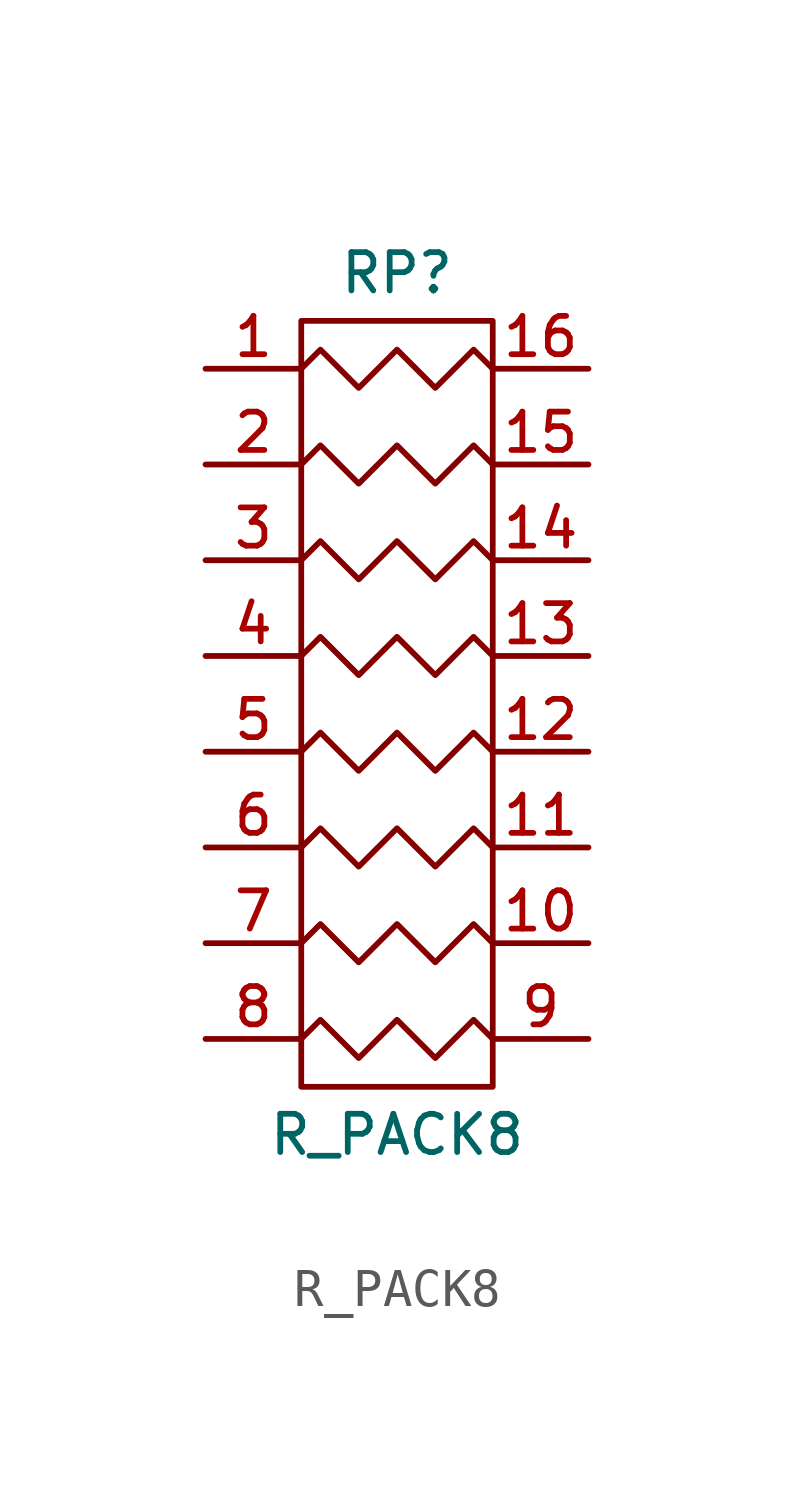
<source format=kicad_sym>
(kicad_symbol_lib
  (version 20220914)
  (generator kicad_symbol_editor)
  (symbol "R_PACK8"
    (pin_names hide)
    (property "Reference" "RP"
      (at 0 11.43 0)
      (effects (font (size 1.016 1.016))))
    (property "Value" "R_PACK8"
      (at 0 -11.43 0)
      (effects (font (size 1.016 1.016))))
    (symbol "R_PACK8_0_1"
      (rectangle (start -2.54 10.16) (end 2.54 -10.16) (stroke (width 0) (type solid)) (fill (type none)))
      (polyline (pts (xy -2.54 -8.89) (xy -2.032 -8.382) (xy -1.016 -9.398) (xy 0 -8.382) (xy 1.016 -9.398) (xy 2.032 -8.382) (xy 2.54 -8.89)) (stroke (width 0) (type solid)) (fill (type none)))
      (polyline (pts (xy -2.54 -6.35) (xy -2.032 -5.842) (xy -1.016 -6.858) (xy 0 -5.842) (xy 1.016 -6.858) (xy 2.032 -5.842) (xy 2.54 -6.35)) (stroke (width 0) (type solid)) (fill (type none)))
      (polyline (pts (xy -2.54 -3.81) (xy -2.032 -3.302) (xy -1.016 -4.318) (xy 0 -3.302) (xy 1.016 -4.318) (xy 2.032 -3.302) (xy 2.54 -3.81)) (stroke (width 0) (type solid)) (fill (type none)))
      (polyline (pts (xy -2.54 -1.27) (xy -2.032 -0.762) (xy -1.016 -1.778) (xy 0 -0.762) (xy 1.016 -1.778) (xy 2.032 -0.762) (xy 2.54 -1.27)) (stroke (width 0) (type solid)) (fill (type none)))
      (polyline (pts (xy -2.54 1.27) (xy -2.032 1.778) (xy -1.016 0.762) (xy 0 1.778) (xy 1.016 0.762) (xy 2.032 1.778) (xy 2.54 1.27)) (stroke (width 0) (type solid)) (fill (type none)))
      (polyline (pts (xy -2.54 3.81) (xy -2.032 4.318) (xy -1.016 3.302) (xy 0 4.318) (xy 1.016 3.302) (xy 2.032 4.318) (xy 2.54 3.81)) (stroke (width 0) (type solid)) (fill (type none)))
      (polyline (pts (xy -2.54 6.35) (xy -2.032 6.858) (xy -1.016 5.842) (xy 0 6.858) (xy 1.016 5.842) (xy 2.032 6.858) (xy 2.54 6.35)) (stroke (width 0) (type solid)) (fill (type none)))
      (polyline (pts (xy -2.54 8.89) (xy -2.032 9.398) (xy -1.016 8.382) (xy 0 9.398) (xy 1.016 8.382) (xy 2.032 9.398) (xy 2.54 8.89)) (stroke (width 0) (type solid)) (fill (type none))))
    (symbol "R_PACK8_1_1"
      (pin passive line (at -5.08 8.89 0) (length 2.54) (name "P1" (effects (font (size 1.016 1.016)))) (number "1" (effects (font (size 1.016 1.016)))))
      (pin passive line (at 5.08 -6.35 180) (length 2.54) (name "R7" (effects (font (size 1.016 1.016)))) (number "10" (effects (font (size 1.016 1.016)))))
      (pin passive line (at 5.08 -3.81 180) (length 2.54) (name "R6" (effects (font (size 1.016 1.016)))) (number "11" (effects (font (size 1.016 1.016)))))
      (pin passive line (at 5.08 -1.27 180) (length 2.54) (name "R5" (effects (font (size 1.016 1.016)))) (number "12" (effects (font (size 1.016 1.016)))))
      (pin passive line (at 5.08 1.27 180) (length 2.54) (name "R4" (effects (font (size 1.016 1.016)))) (number "13" (effects (font (size 1.016 1.016)))))
      (pin passive line (at 5.08 3.81 180) (length 2.54) (name "R3" (effects (font (size 1.016 1.016)))) (number "14" (effects (font (size 1.016 1.016)))))
      (pin passive line (at 5.08 6.35 180) (length 2.54) (name "R2" (effects (font (size 1.016 1.016)))) (number "15" (effects (font (size 1.016 1.016)))))
      (pin passive line (at 5.08 8.89 180) (length 2.54) (name "R1" (effects (font (size 1.016 1.016)))) (number "16" (effects (font (size 1.016 1.016)))))
      (pin passive line (at -5.08 6.35 0) (length 2.54) (name "P2" (effects (font (size 1.016 1.016)))) (number "2" (effects (font (size 1.016 1.016)))))
      (pin passive line (at -5.08 3.81 0) (length 2.54) (name "P3" (effects (font (size 1.016 1.016)))) (number "3" (effects (font (size 1.016 1.016)))))
      (pin passive line (at -5.08 1.27 0) (length 2.54) (name "P4" (effects (font (size 1.016 1.016)))) (number "4" (effects (font (size 1.016 1.016)))))
      (pin passive line (at -5.08 -1.27 0) (length 2.54) (name "P5" (effects (font (size 1.016 1.016)))) (number "5" (effects (font (size 1.016 1.016)))))
      (pin passive line (at -5.08 -3.81 0) (length 2.54) (name "P6" (effects (font (size 1.016 1.016)))) (number "6" (effects (font (size 1.016 1.016)))))
      (pin passive line (at -5.08 -6.35 0) (length 2.54) (name "P7" (effects (font (size 1.016 1.016)))) (number "7" (effects (font (size 1.016 1.016)))))
      (pin passive line (at -5.08 -8.89 0) (length 2.54) (name "P8" (effects (font (size 1.016 1.016)))) (number "8" (effects (font (size 1.016 1.016)))))
      (pin passive line (at 5.08 -8.89 180) (length 2.54) (name "R8" (effects (font (size 1.016 1.016)))) (number "9" (effects (font (size 1.016 1.016))))))))
</source>
